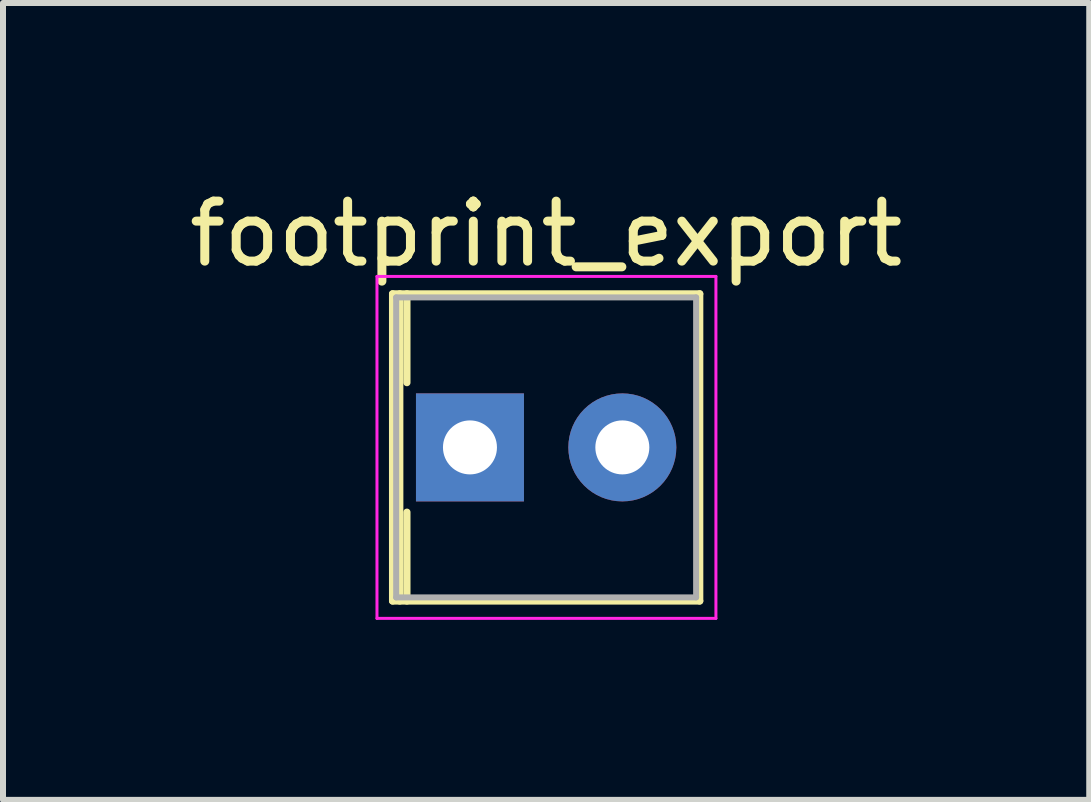
<source format=kicad_pcb>
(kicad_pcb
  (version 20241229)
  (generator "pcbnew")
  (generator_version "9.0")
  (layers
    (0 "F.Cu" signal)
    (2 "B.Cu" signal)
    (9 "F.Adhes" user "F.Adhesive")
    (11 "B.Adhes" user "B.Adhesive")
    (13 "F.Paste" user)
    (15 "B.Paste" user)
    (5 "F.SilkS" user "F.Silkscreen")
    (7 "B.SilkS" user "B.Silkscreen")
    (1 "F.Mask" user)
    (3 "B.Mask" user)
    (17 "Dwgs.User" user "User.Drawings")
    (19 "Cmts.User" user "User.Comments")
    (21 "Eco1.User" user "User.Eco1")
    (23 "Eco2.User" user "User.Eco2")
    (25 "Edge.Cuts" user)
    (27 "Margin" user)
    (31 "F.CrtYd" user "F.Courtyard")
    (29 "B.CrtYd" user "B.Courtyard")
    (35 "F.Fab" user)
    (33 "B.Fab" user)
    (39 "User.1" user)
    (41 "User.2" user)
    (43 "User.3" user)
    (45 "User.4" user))
  (footprint "footprint_export"
    (layer "F.Cu")
    (at 4.784 4.408)
    (property "Reference" "footprint_export" (at 1.27 -3.56 0) (layer "F.SilkS") (effects (font (size 1 1) (thickness 0.15))))
    (attr through_hole)
    (fp_line (start -1.29 -2.56) (end -1.29 2.56) (stroke (width 0.12) (type solid)) (layer "F.SilkS"))
    (fp_line (start -1.29 -2.56) (end 3.83 -2.56) (stroke (width 0.12) (type solid)) (layer "F.SilkS"))
    (fp_line (start -1.29 2.56) (end 3.83 2.56) (stroke (width 0.12) (type solid)) (layer "F.SilkS"))
    (fp_line (start -1.17 -2.56) (end -1.17 2.56) (stroke (width 0.12) (type solid)) (layer "F.SilkS"))
    (fp_line (start -1.051 -2.56) (end -1.051 -1.08) (stroke (width 0.12) (type solid)) (layer "F.SilkS"))
    (fp_line (start -1.051 1.08) (end -1.051 2.56) (stroke (width 0.12) (type solid)) (layer "F.SilkS"))
    (fp_line (start 3.83 -2.56) (end 3.83 2.56) (stroke (width 0.12) (type solid)) (layer "F.SilkS"))
    (fp_line (start -1.55 -2.85) (end -1.55 2.85) (stroke (width 0.05) (type solid)) (layer "F.CrtYd"))
    (fp_line (start -1.55 2.85) (end 4.1 2.85) (stroke (width 0.05) (type solid)) (layer "F.CrtYd"))
    (fp_line (start 4.1 -2.85) (end -1.55 -2.85) (stroke (width 0.05) (type solid)) (layer "F.CrtYd"))
    (fp_line (start 4.1 2.85) (end 4.1 -2.85) (stroke (width 0.05) (type solid)) (layer "F.CrtYd"))
    (fp_line (start -1.23 -2.5) (end -1.23 2.5) (stroke (width 0.1) (type solid)) (layer "F.Fab"))
    (fp_line (start -1.23 2.5) (end 3.77 2.5) (stroke (width 0.1) (type solid)) (layer "F.Fab"))
    (fp_line (start 3.77 -2.5) (end -1.23 -2.5) (stroke (width 0.1) (type solid)) (layer "F.Fab"))
    (fp_line (start 3.77 2.5) (end 3.77 -2.5) (stroke (width 0.1) (type solid)) (layer "F.Fab"))
    (pad "1" thru_hole rect (at 0 0) (size 1.8 1.8) (drill 0.9) (layers "*.Cu" "*.Mask"))
    (pad "2" thru_hole circle (at 2.54 0) (size 1.8 1.8) (drill 0.9) (layers "*.Cu" "*.Mask")))
  (gr_rect
    (start -3 -3)
    (end 15.107 10.283)
    (stroke (width 0.1) (type default))
    (fill no)
    (layer "Edge.Cuts")))
</source>
